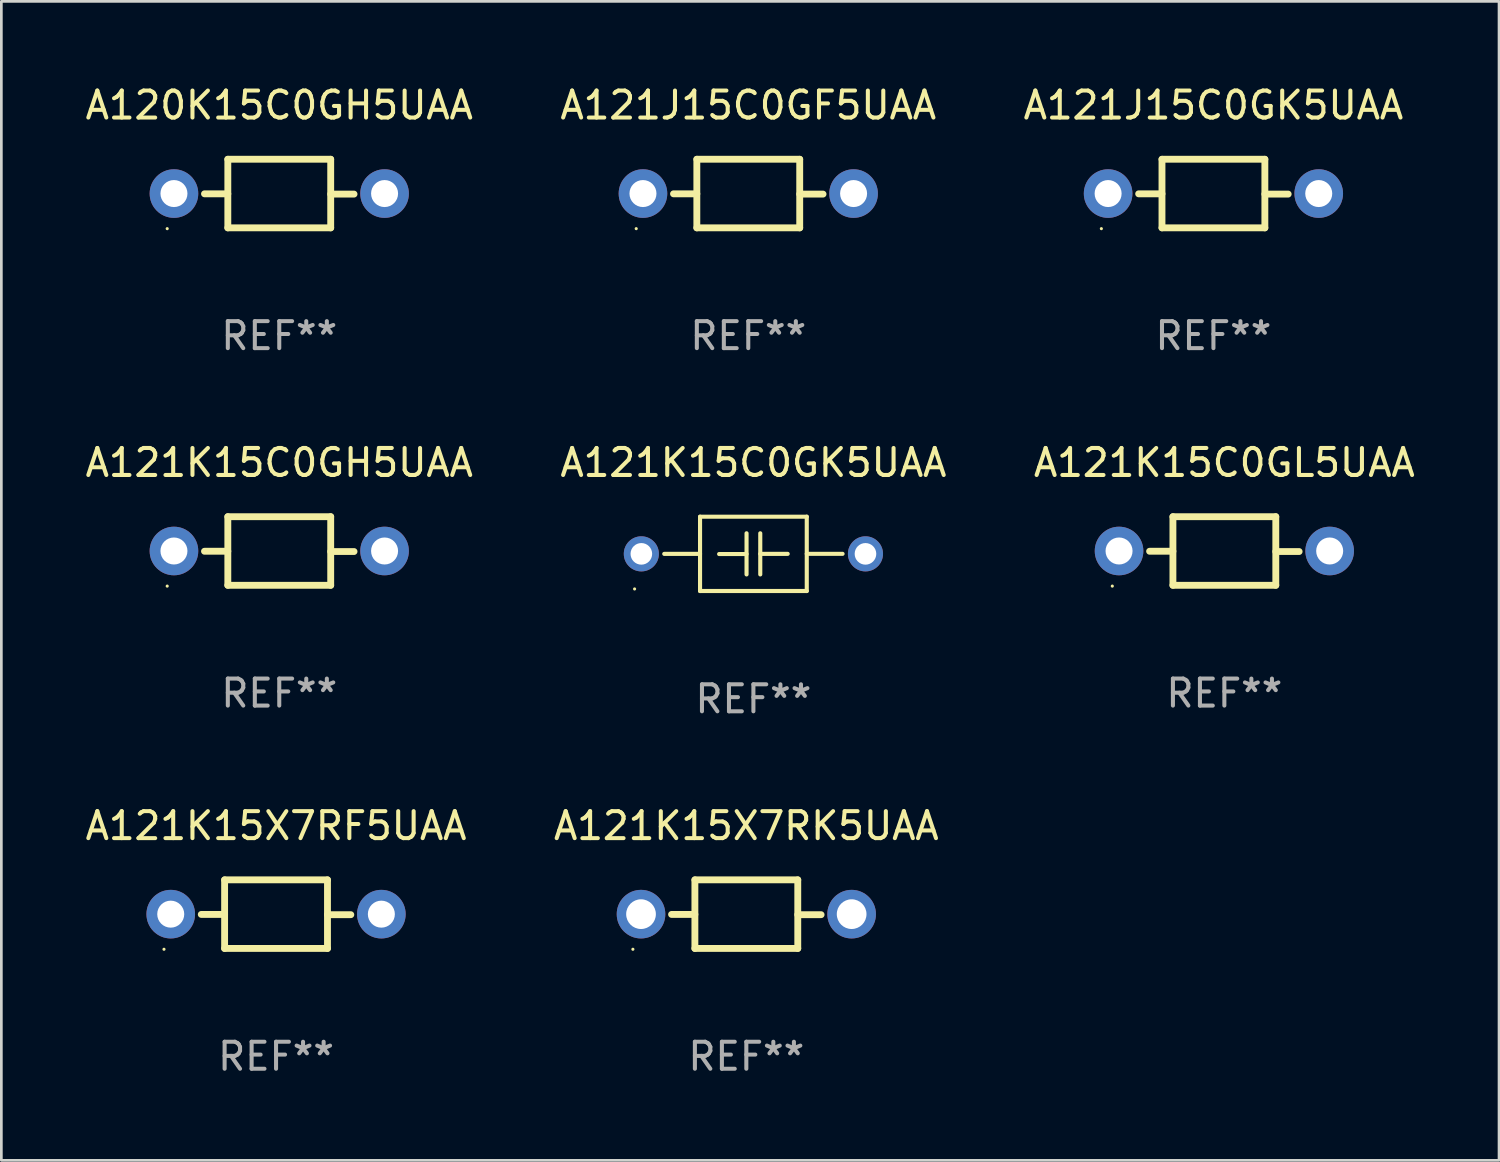
<source format=kicad_pcb>
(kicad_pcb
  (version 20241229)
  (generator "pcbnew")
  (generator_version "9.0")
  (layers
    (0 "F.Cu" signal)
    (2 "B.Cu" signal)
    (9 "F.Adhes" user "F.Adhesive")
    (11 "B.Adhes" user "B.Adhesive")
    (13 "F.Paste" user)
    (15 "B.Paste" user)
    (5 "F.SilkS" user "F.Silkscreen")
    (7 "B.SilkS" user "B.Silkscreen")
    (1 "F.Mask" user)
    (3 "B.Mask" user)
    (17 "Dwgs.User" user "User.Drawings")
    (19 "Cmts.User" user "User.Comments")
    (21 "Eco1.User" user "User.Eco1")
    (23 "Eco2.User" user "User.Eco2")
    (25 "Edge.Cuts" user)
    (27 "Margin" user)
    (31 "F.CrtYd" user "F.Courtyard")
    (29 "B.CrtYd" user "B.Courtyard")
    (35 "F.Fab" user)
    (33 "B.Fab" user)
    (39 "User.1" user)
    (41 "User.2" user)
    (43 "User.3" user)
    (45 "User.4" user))
  (footprint "A121K15C0GL5UAA"
    (layer "F.Cu")
    (at 42.292 17.355)
    (property "Reference" "A121K15C0GL5UAA" (at 0 -3.27 0) (layer "F.SilkS") (effects (font (size 1 1) (thickness 0.15))))
    (attr through_hole)
    (fp_line (start -1.905 -1.27) (end -1.905 1.27) (stroke (width 0.254) (type solid)) (layer "F.SilkS"))
    (fp_line (start -1.905 0.01) (end -2.769 0.01) (stroke (width 0.254) (type solid)) (layer "F.SilkS"))
    (fp_line (start -1.905 1.27) (end 1.905 1.27) (stroke (width 0.254) (type solid)) (layer "F.SilkS"))
    (fp_line (start 1.905 -1.27) (end -1.905 -1.27) (stroke (width 0.254) (type solid)) (layer "F.SilkS"))
    (fp_line (start 1.905 0.02) (end 2.769 0.02) (stroke (width 0.254) (type solid)) (layer "F.SilkS"))
    (fp_line (start 1.905 1.27) (end 1.905 -1.27) (stroke (width 0.254) (type solid)) (layer "F.SilkS"))
    (fp_circle (center -4.15 1.3) (end -4.12 1.3) (stroke (width 0.06) (type solid)) (fill no) (layer "F.SilkS"))
    (fp_text user "REF**" (at 0 5.27 0) (layer "F.Fab") (effects (font (size 1 1) (thickness 0.15))))
    (pad "1" thru_hole circle (at -3.9 0) (size 1.8 1.8) (drill 1) (layers "*.Cu" "*.Mask"))
    (pad "2" thru_hole circle (at 3.9 0) (size 1.8 1.8) (drill 1) (layers "*.Cu" "*.Mask")))
  (footprint "A121J15C0GK5UAA"
    (layer "F.Cu")
    (at 41.887 4.118)
    (property "Reference" "A121J15C0GK5UAA" (at 0 -3.27 0) (layer "F.SilkS") (effects (font (size 1 1) (thickness 0.15))))
    (attr through_hole)
    (fp_line (start -1.905 -1.27) (end -1.905 1.27) (stroke (width 0.254) (type solid)) (layer "F.SilkS"))
    (fp_line (start -1.905 0.01) (end -2.769 0.01) (stroke (width 0.254) (type solid)) (layer "F.SilkS"))
    (fp_line (start -1.905 1.27) (end 1.905 1.27) (stroke (width 0.254) (type solid)) (layer "F.SilkS"))
    (fp_line (start 1.905 -1.27) (end -1.905 -1.27) (stroke (width 0.254) (type solid)) (layer "F.SilkS"))
    (fp_line (start 1.905 0.02) (end 2.769 0.02) (stroke (width 0.254) (type solid)) (layer "F.SilkS"))
    (fp_line (start 1.905 1.27) (end 1.905 -1.27) (stroke (width 0.254) (type solid)) (layer "F.SilkS"))
    (fp_circle (center -4.15 1.3) (end -4.12 1.3) (stroke (width 0.06) (type solid)) (fill no) (layer "F.SilkS"))
    (fp_text user "REF**" (at 0 5.27 0) (layer "F.Fab") (effects (font (size 1 1) (thickness 0.15))))
    (pad "1" thru_hole circle (at -3.9 0) (size 1.8 1.8) (drill 1) (layers "*.Cu" "*.Mask"))
    (pad "2" thru_hole circle (at 3.9 0) (size 1.8 1.8) (drill 1) (layers "*.Cu" "*.Mask")))
  (footprint "A121K15C0GH5UAA"
    (layer "F.Cu")
    (at 7.292 17.355)
    (property "Reference" "A121K15C0GH5UAA" (at 0 -3.27 0) (layer "F.SilkS") (effects (font (size 1 1) (thickness 0.15))))
    (attr through_hole)
    (fp_line (start -1.905 -1.27) (end -1.905 1.27) (stroke (width 0.254) (type solid)) (layer "F.SilkS"))
    (fp_line (start -1.905 0.01) (end -2.769 0.01) (stroke (width 0.254) (type solid)) (layer "F.SilkS"))
    (fp_line (start -1.905 1.27) (end 1.905 1.27) (stroke (width 0.254) (type solid)) (layer "F.SilkS"))
    (fp_line (start 1.905 -1.27) (end -1.905 -1.27) (stroke (width 0.254) (type solid)) (layer "F.SilkS"))
    (fp_line (start 1.905 0.02) (end 2.769 0.02) (stroke (width 0.254) (type solid)) (layer "F.SilkS"))
    (fp_line (start 1.905 1.27) (end 1.905 -1.27) (stroke (width 0.254) (type solid)) (layer "F.SilkS"))
    (fp_circle (center -4.15 1.3) (end -4.12 1.3) (stroke (width 0.06) (type solid)) (fill no) (layer "F.SilkS"))
    (fp_text user "REF**" (at 0 5.27 0) (layer "F.Fab") (effects (font (size 1 1) (thickness 0.15))))
    (pad "1" thru_hole circle (at -3.9 0) (size 1.8 1.8) (drill 1) (layers "*.Cu" "*.Mask"))
    (pad "2" thru_hole circle (at 3.9 0) (size 1.8 1.8) (drill 1) (layers "*.Cu" "*.Mask")))
  (footprint "A121K15X7RF5UAA"
    (layer "F.Cu")
    (at 7.173 30.804)
    (property "Reference" "A121K15X7RF5UAA" (at 0 -3.27 0) (layer "F.SilkS") (effects (font (size 1 1) (thickness 0.15))))
    (attr through_hole)
    (fp_line (start -1.905 -1.27) (end -1.905 1.27) (stroke (width 0.254) (type solid)) (layer "F.SilkS"))
    (fp_line (start -1.905 0.01) (end -2.769 0.01) (stroke (width 0.254) (type solid)) (layer "F.SilkS"))
    (fp_line (start -1.905 1.27) (end 1.905 1.27) (stroke (width 0.254) (type solid)) (layer "F.SilkS"))
    (fp_line (start 1.905 -1.27) (end -1.905 -1.27) (stroke (width 0.254) (type solid)) (layer "F.SilkS"))
    (fp_line (start 1.905 0.02) (end 2.769 0.02) (stroke (width 0.254) (type solid)) (layer "F.SilkS"))
    (fp_line (start 1.905 1.27) (end 1.905 -1.27) (stroke (width 0.254) (type solid)) (layer "F.SilkS"))
    (fp_circle (center -4.15 1.3) (end -4.12 1.3) (stroke (width 0.06) (type solid)) (fill no) (layer "F.SilkS"))
    (fp_text user "REF**" (at 0 5.27 0) (layer "F.Fab") (effects (font (size 1 1) (thickness 0.15))))
    (pad "1" thru_hole circle (at -3.9 0) (size 1.8 1.8) (drill 1) (layers "*.Cu" "*.Mask"))
    (pad "2" thru_hole circle (at 3.9 0) (size 1.8 1.8) (drill 1) (layers "*.Cu" "*.Mask")))
  (footprint "A121J15C0GF5UAA"
    (layer "F.Cu")
    (at 24.661 4.118)
    (property "Reference" "A121J15C0GF5UAA" (at 0 -3.27 0) (layer "F.SilkS") (effects (font (size 1 1) (thickness 0.15))))
    (attr through_hole)
    (fp_line (start -1.905 -1.27) (end -1.905 1.27) (stroke (width 0.254) (type solid)) (layer "F.SilkS"))
    (fp_line (start -1.905 0.01) (end -2.769 0.01) (stroke (width 0.254) (type solid)) (layer "F.SilkS"))
    (fp_line (start -1.905 1.27) (end 1.905 1.27) (stroke (width 0.254) (type solid)) (layer "F.SilkS"))
    (fp_line (start 1.905 -1.27) (end -1.905 -1.27) (stroke (width 0.254) (type solid)) (layer "F.SilkS"))
    (fp_line (start 1.905 0.02) (end 2.769 0.02) (stroke (width 0.254) (type solid)) (layer "F.SilkS"))
    (fp_line (start 1.905 1.27) (end 1.905 -1.27) (stroke (width 0.254) (type solid)) (layer "F.SilkS"))
    (fp_circle (center -4.15 1.3) (end -4.12 1.3) (stroke (width 0.06) (type solid)) (fill no) (layer "F.SilkS"))
    (fp_text user "REF**" (at 0 5.27 0) (layer "F.Fab") (effects (font (size 1 1) (thickness 0.15))))
    (pad "1" thru_hole circle (at -3.9 0) (size 1.8 1.8) (drill 1) (layers "*.Cu" "*.Mask"))
    (pad "2" thru_hole circle (at 3.9 0) (size 1.8 1.8) (drill 1) (layers "*.Cu" "*.Mask")))
  (footprint "A120K15C0GH5UAA"
    (layer "F.Cu")
    (at 7.292 4.118)
    (property "Reference" "A120K15C0GH5UAA" (at 0 -3.27 0) (layer "F.SilkS") (effects (font (size 1 1) (thickness 0.15))))
    (attr through_hole)
    (fp_line (start -1.905 -1.27) (end -1.905 1.27) (stroke (width 0.254) (type solid)) (layer "F.SilkS"))
    (fp_line (start -1.905 0.01) (end -2.769 0.01) (stroke (width 0.254) (type solid)) (layer "F.SilkS"))
    (fp_line (start -1.905 1.27) (end 1.905 1.27) (stroke (width 0.254) (type solid)) (layer "F.SilkS"))
    (fp_line (start 1.905 -1.27) (end -1.905 -1.27) (stroke (width 0.254) (type solid)) (layer "F.SilkS"))
    (fp_line (start 1.905 0.02) (end 2.769 0.02) (stroke (width 0.254) (type solid)) (layer "F.SilkS"))
    (fp_line (start 1.905 1.27) (end 1.905 -1.27) (stroke (width 0.254) (type solid)) (layer "F.SilkS"))
    (fp_circle (center -4.15 1.3) (end -4.12 1.3) (stroke (width 0.06) (type solid)) (fill no) (layer "F.SilkS"))
    (fp_text user "REF**" (at 0 5.27 0) (layer "F.Fab") (effects (font (size 1 1) (thickness 0.15))))
    (pad "1" thru_hole circle (at -3.9 0) (size 1.8 1.8) (drill 1) (layers "*.Cu" "*.Mask"))
    (pad "2" thru_hole circle (at 3.9 0) (size 1.8 1.8) (drill 1) (layers "*.Cu" "*.Mask")))
  (footprint "A121K15X7RK5UAA"
    (layer "F.Cu")
    (at 24.589 30.804)
    (property "Reference" "A121K15X7RK5UAA" (at 0 -3.27 0) (layer "F.SilkS") (effects (font (size 1 1) (thickness 0.15))))
    (attr through_hole)
    (fp_line (start -1.905 -1.27) (end -1.905 1.27) (stroke (width 0.254) (type solid)) (layer "F.SilkS"))
    (fp_line (start -1.905 0.01) (end -2.769 0.01) (stroke (width 0.254) (type solid)) (layer "F.SilkS"))
    (fp_line (start -1.905 1.27) (end 1.905 1.27) (stroke (width 0.254) (type solid)) (layer "F.SilkS"))
    (fp_line (start 1.905 -1.27) (end -1.905 -1.27) (stroke (width 0.254) (type solid)) (layer "F.SilkS"))
    (fp_line (start 1.905 0.02) (end 2.769 0.02) (stroke (width 0.254) (type solid)) (layer "F.SilkS"))
    (fp_line (start 1.905 1.27) (end 1.905 -1.27) (stroke (width 0.254) (type solid)) (layer "F.SilkS"))
    (fp_circle (center -4.201 1.3) (end -4.171 1.3) (stroke (width 0.06) (type solid)) (fill no) (layer "F.SilkS"))
    (fp_text user "REF**" (at 0 5.27 0) (layer "F.Fab") (effects (font (size 1 1) (thickness 0.15))))
    (pad "1" thru_hole circle (at -3.9 0) (size 1.8 1.8) (drill 1.1) (layers "*.Cu" "*.Mask"))
    (pad "2" thru_hole circle (at 3.9 0) (size 1.8 1.8) (drill 1.1) (layers "*.Cu" "*.Mask")))
  (footprint "A121K15C0GK5UAA"
    (layer "F.Cu")
    (at 24.851 17.461)
    (property "Reference" "A121K15C0GK5UAA" (at 0 -3.376 0) (layer "F.SilkS") (effects (font (size 1 1) (thickness 0.15))))
    (attr through_hole)
    (fp_line (start -1.976 -1.376) (end 1.976 -1.376) (stroke (width 0.152) (type solid)) (layer "F.SilkS"))
    (fp_line (start -1.976 0.001) (end -3.302 0.001) (stroke (width 0.152) (type solid)) (layer "F.SilkS"))
    (fp_line (start -1.976 1.376) (end -1.976 -1.376) (stroke (width 0.152) (type solid)) (layer "F.SilkS"))
    (fp_line (start -0.254 -0.762) (end -0.254 0.762) (stroke (width 0.152) (type solid)) (layer "F.SilkS"))
    (fp_line (start -0.254 0.007) (end -1.27 0.007) (stroke (width 0.152) (type solid)) (layer "F.SilkS"))
    (fp_line (start 0.254 -0.762) (end 0.254 0.762) (stroke (width 0.152) (type solid)) (layer "F.SilkS"))
    (fp_line (start 0.254 0) (end 1.27 0) (stroke (width 0.152) (type solid)) (layer "F.SilkS"))
    (fp_line (start 1.976 -1.376) (end 1.976 1.376) (stroke (width 0.152) (type solid)) (layer "F.SilkS"))
    (fp_line (start 1.976 -0.001) (end 3.302 -0.001) (stroke (width 0.152) (type solid)) (layer "F.SilkS"))
    (fp_line (start 1.976 1.376) (end -1.976 1.376) (stroke (width 0.152) (type solid)) (layer "F.SilkS"))
    (fp_circle (center -4.4 1.3) (end -4.37 1.3) (stroke (width 0.06) (type solid)) (fill no) (layer "F.SilkS"))
    (fp_text user "REF**" (at 0 5.376 0) (layer "F.Fab") (effects (font (size 1 1) (thickness 0.15))))
    (pad "1" thru_hole circle (at -4.15 0) (size 1.3 1.3) (drill 0.8) (layers "*.Cu" "*.Mask"))
    (pad "2" thru_hole circle (at 4.15 0) (size 1.3 1.3) (drill 0.8) (layers "*.Cu" "*.Mask")))
  (gr_rect
    (start -3 -3)
    (end 52.464 39.922)
    (stroke (width 0.1) (type default))
    (fill no)
    (layer "Edge.Cuts")))
</source>
